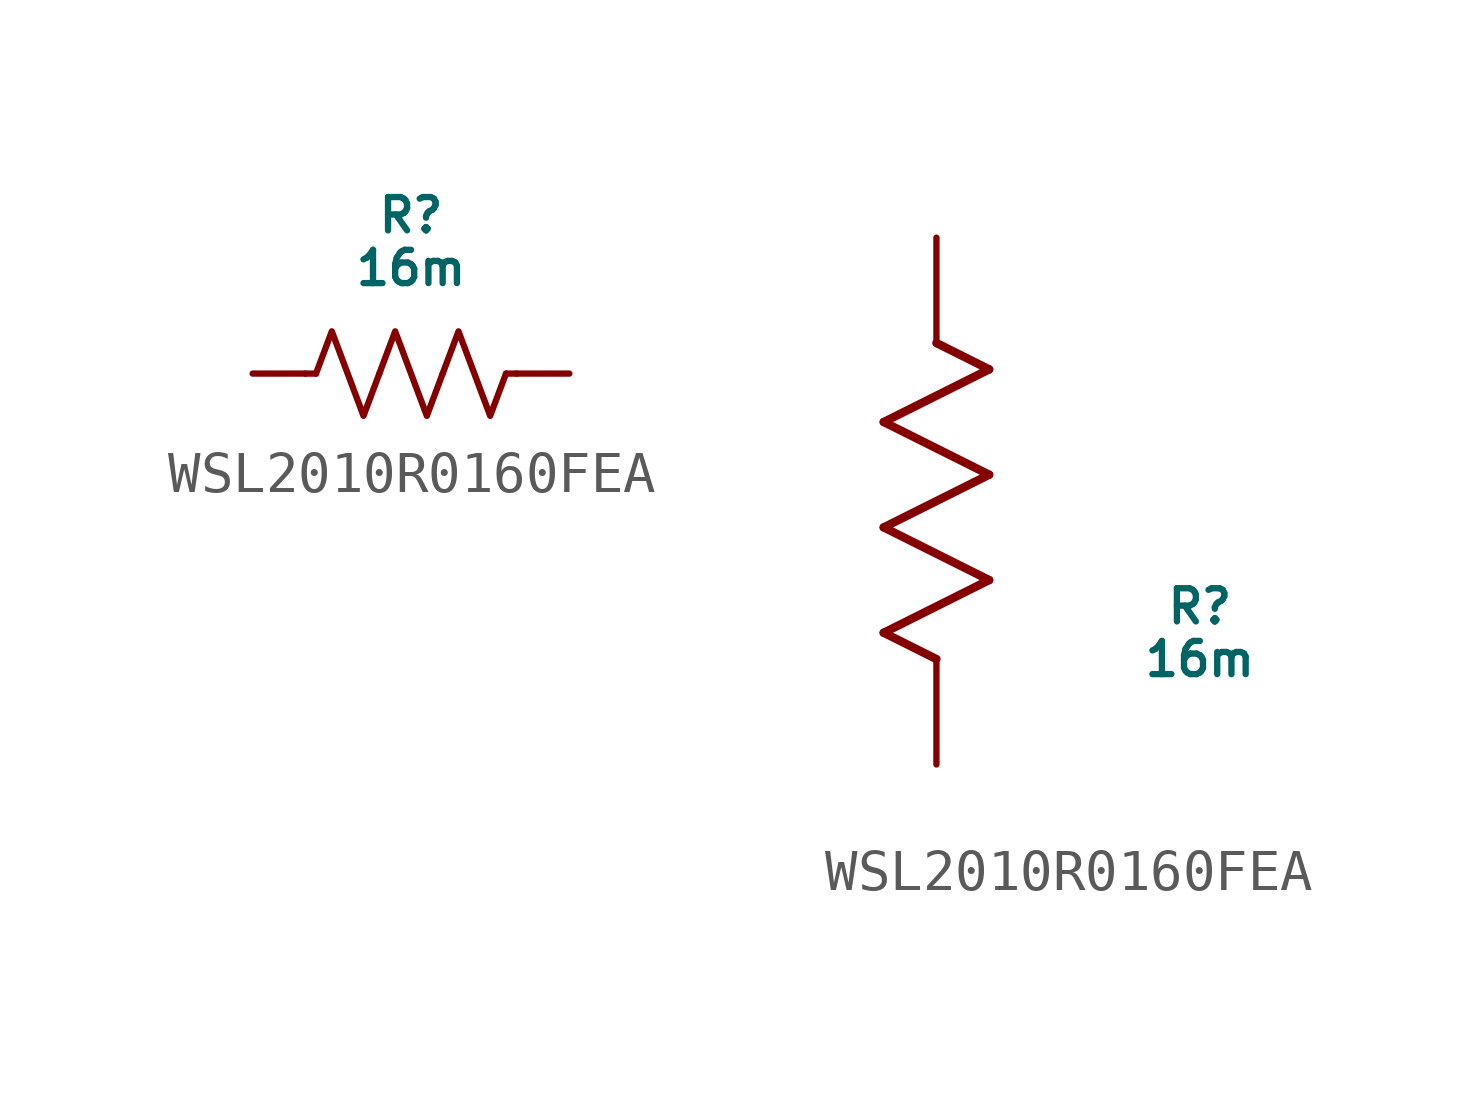
<source format=kicad_sym>
(kicad_symbol_lib
  (version 20220914)
  (generator kicad_symbol_editor)
  (symbol "WSL2010R0160FEA"
    (pin_numbers hide)
    (pin_names
      (offset 0.254) hide)
    (property "Reference" "R"
      (at 6.35 3.81 0)
      (do_not_autoplace)
      (effects (font (size 0.8 0.8))))
    (property "Value" "16m"
      (at 6.35 2.54 0)
      (do_not_autoplace)
      (effects (font (size 0.8 0.8))))
    (symbol "WSL2010R0160FEA_0_1"
      (polyline (pts (xy 4.064 0) (xy 3.81 0)) (stroke (width 0) (type default)) (fill (type none)))
      (polyline (pts (xy 8.636 0) (xy 8.89 0)) (stroke (width 0) (type default)) (fill (type none)))
      (polyline (pts (xy 4.064 0) (xy 4.445 1.016) (xy 4.826 0) (xy 5.207 -1.016) (xy 5.588 0)) (stroke (width 0) (type default)) (fill (type none)))
      (polyline (pts (xy 5.588 0) (xy 5.969 1.016) (xy 6.35 0) (xy 6.731 -1.016) (xy 7.112 0)) (stroke (width 0) (type default)) (fill (type none)))
      (polyline (pts (xy 7.112 0) (xy 7.493 1.016) (xy 7.874 0) (xy 8.255 -1.016) (xy 8.636 0)) (stroke (width 0) (type default)) (fill (type none))))
    (symbol "WSL2010R0160FEA_1_1"
      (pin passive line (at 2.54 0 0) (length 1.27) (name "" (effects (font (size 1.27 1.27)))) (number "1" (effects (font (size 1.27 1.27)))))
      (pin passive line (at 10.16 0 180) (length 1.27) (name "" (effects (font (size 1.27 1.27)))) (number "2" (effects (font (size 1.27 1.27))))))
    (symbol "WSL2010R0160FEA_1_2"
      (polyline (pts (xy -1.27 3.175) (xy 1.27 4.445)) (stroke (width 0.203) (type default)) (fill (type none)))
      (polyline (pts (xy -1.27 5.715) (xy 1.27 6.985)) (stroke (width 0.203) (type default)) (fill (type none)))
      (polyline (pts (xy -1.27 8.255) (xy 1.27 9.525)) (stroke (width 0.203) (type default)) (fill (type none)))
      (polyline (pts (xy 0 2.54) (xy -1.27 3.175)) (stroke (width 0.203) (type default)) (fill (type none)))
      (polyline (pts (xy 1.27 4.445) (xy -1.27 5.715)) (stroke (width 0.203) (type default)) (fill (type none)))
      (polyline (pts (xy 1.27 6.985) (xy -1.27 8.255)) (stroke (width 0.203) (type default)) (fill (type none)))
      (polyline (pts (xy 1.27 9.525) (xy 0 10.16)) (stroke (width 0.203) (type default)) (fill (type none)))
      (pin unspecified line (at 0 12.7 270) (length 2.54) (name "" (effects (font (size 1.27 1.27)))) (number "1" (effects (font (size 1.27 1.27)))))
      (pin unspecified line (at 0 0 90) (length 2.54) (name "" (effects (font (size 1.27 1.27)))) (number "2" (effects (font (size 1.27 1.27))))))))
</source>
